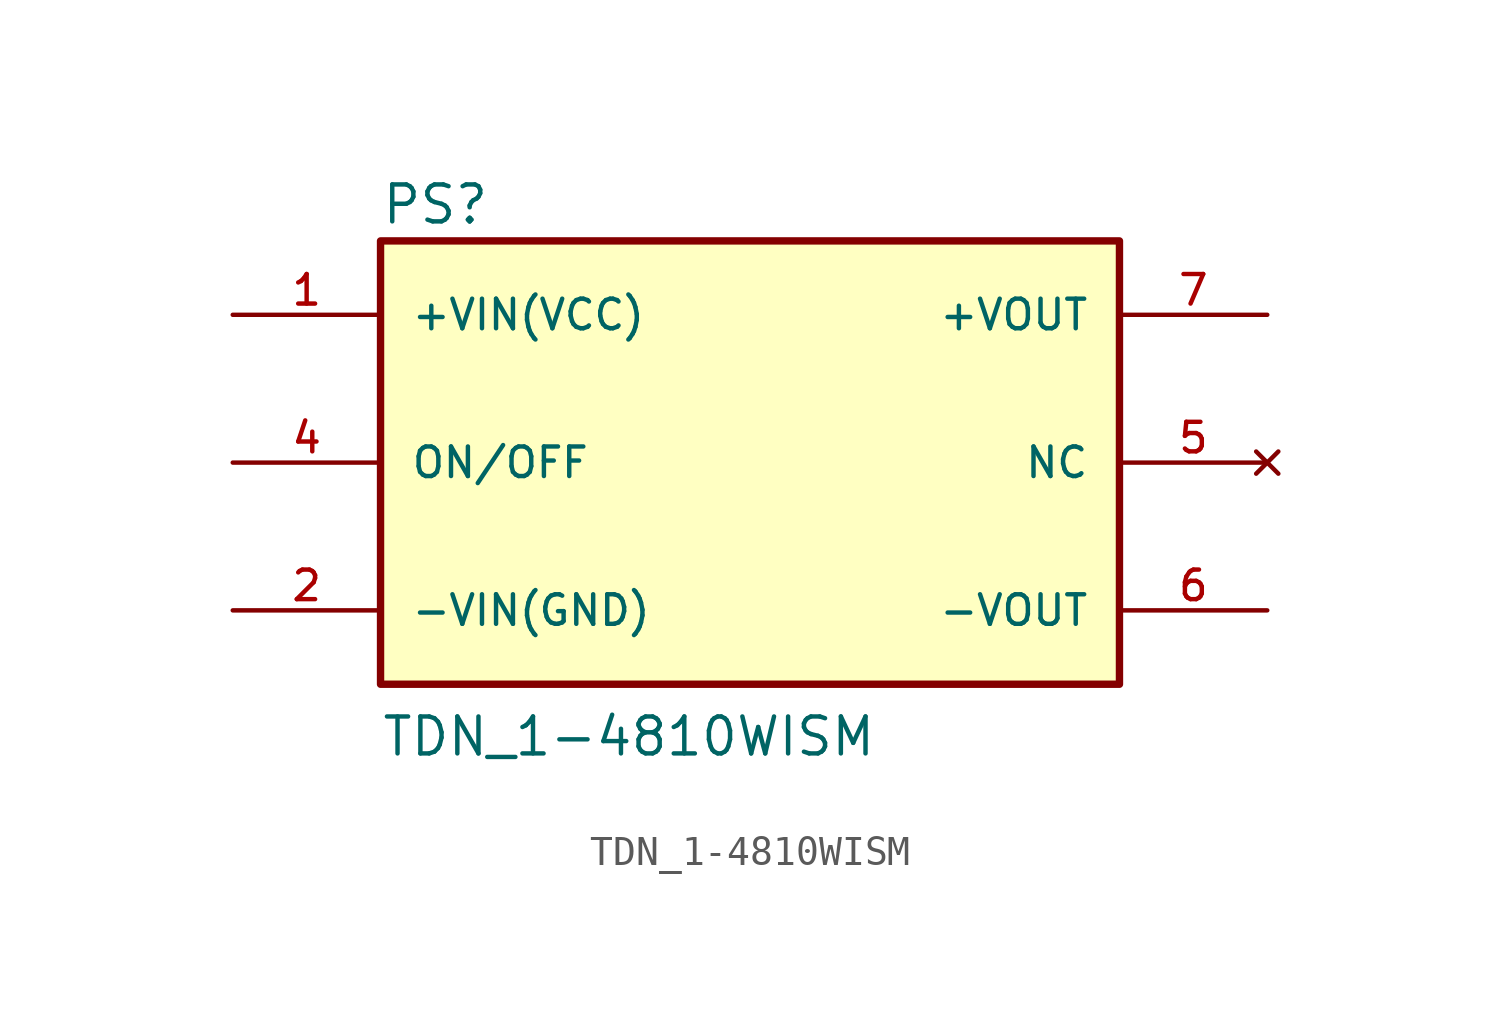
<source format=kicad_sym>
(kicad_symbol_lib
  (version 20211014)
  (generator kicad_symbol_editor)
  (symbol "TDN_1-4810WISM"
    (pin_names
      (offset 1.016))
    (property "Reference" "PS"
      (at -12.7 8.128 0)
      (effects (font (size 1.27 1.27)) (justify bottom left)))
    (property "Value" "TDN_1-4810WISM"
      (at -12.7 -10.16 0)
      (effects (font (size 1.27 1.27)) (justify bottom left)))
    (symbol "TDN_1-4810WISM_0_0"
      (rectangle (start -12.7 -7.62) (end 12.7 7.62) (stroke (width 0.254)) (fill (type background)))
      (pin input line (at -17.78 0.0 0) (length 5.08) (name "ON/OFF" (effects (font (size 1.016 1.016)))) (number "4" (effects (font (size 1.016 1.016)))))
      (pin input line (at -17.78 -5.08 0) (length 5.08) (name "-VIN(GND)" (effects (font (size 1.016 1.016)))) (number "2" (effects (font (size 1.016 1.016)))))
      (pin input line (at -17.78 5.08 0) (length 5.08) (name "+VIN(VCC)" (effects (font (size 1.016 1.016)))) (number "1" (effects (font (size 1.016 1.016)))))
      (pin output line (at 17.78 -5.08 180.0) (length 5.08) (name "-VOUT" (effects (font (size 1.016 1.016)))) (number "6" (effects (font (size 1.016 1.016)))))
      (pin output line (at 17.78 5.08 180.0) (length 5.08) (name "+VOUT" (effects (font (size 1.016 1.016)))) (number "7" (effects (font (size 1.016 1.016)))))
      (pin no_connect line (at 17.78 0.0 180.0) (length 5.08) (name "NC" (effects (font (size 1.016 1.016)))) (number "5" (effects (font (size 1.016 1.016))))))))
</source>
